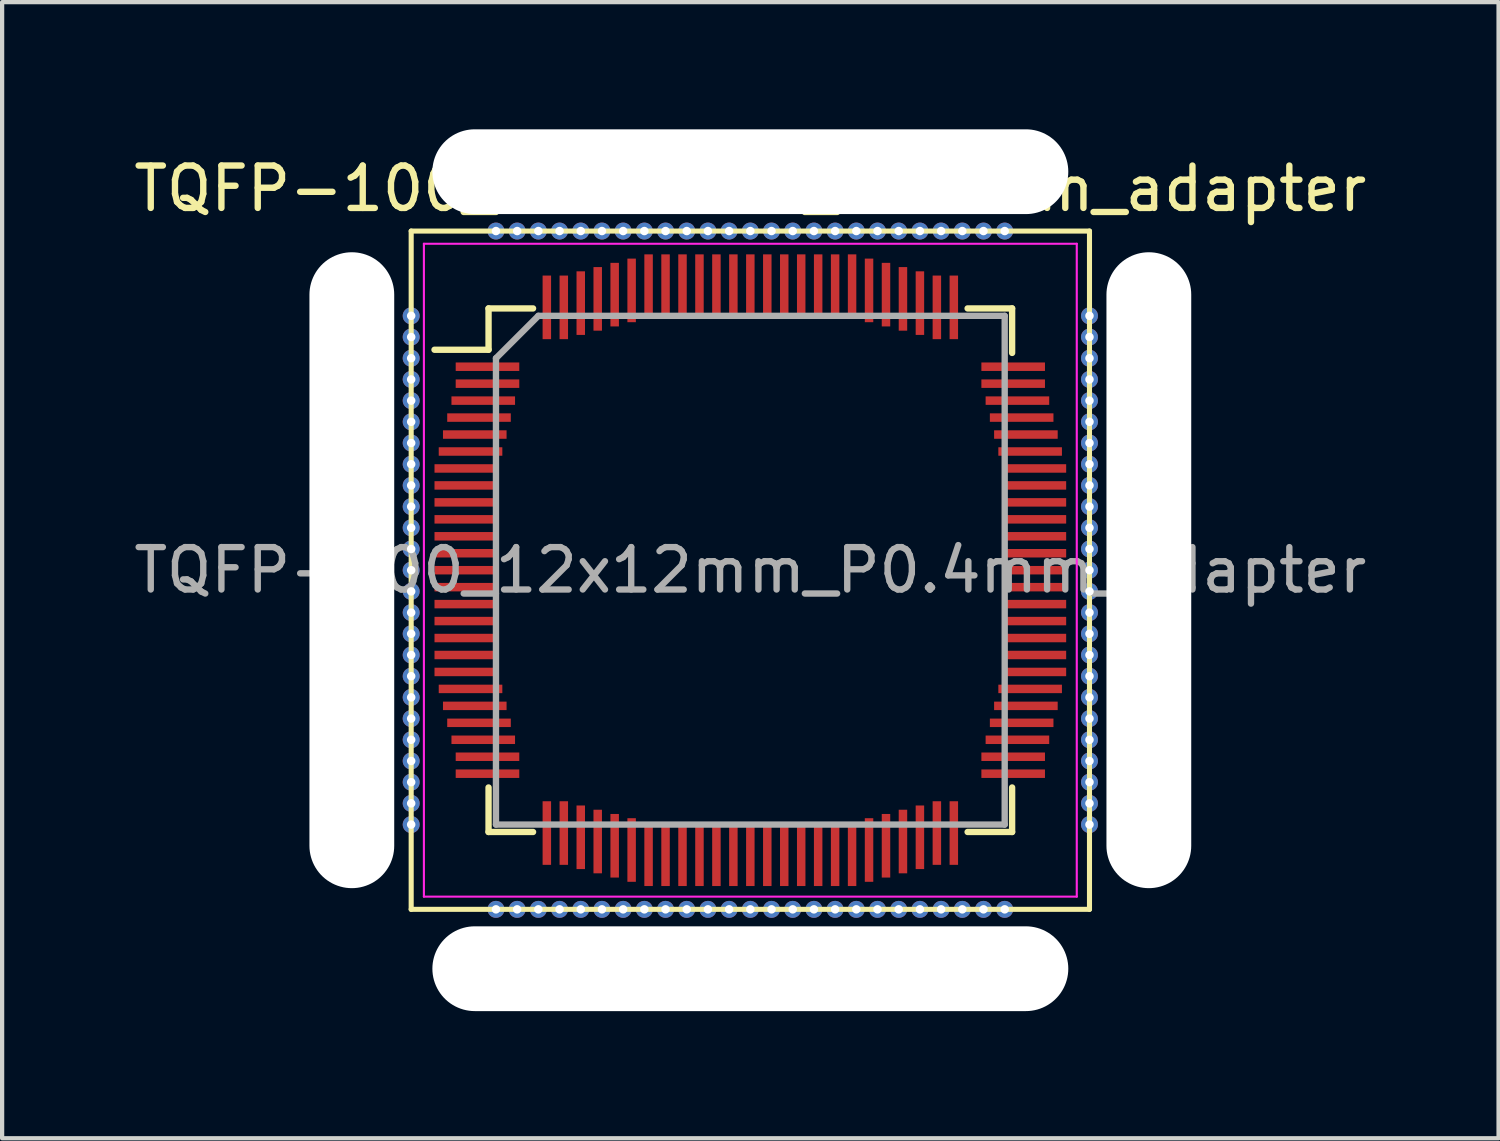
<source format=kicad_pcb>
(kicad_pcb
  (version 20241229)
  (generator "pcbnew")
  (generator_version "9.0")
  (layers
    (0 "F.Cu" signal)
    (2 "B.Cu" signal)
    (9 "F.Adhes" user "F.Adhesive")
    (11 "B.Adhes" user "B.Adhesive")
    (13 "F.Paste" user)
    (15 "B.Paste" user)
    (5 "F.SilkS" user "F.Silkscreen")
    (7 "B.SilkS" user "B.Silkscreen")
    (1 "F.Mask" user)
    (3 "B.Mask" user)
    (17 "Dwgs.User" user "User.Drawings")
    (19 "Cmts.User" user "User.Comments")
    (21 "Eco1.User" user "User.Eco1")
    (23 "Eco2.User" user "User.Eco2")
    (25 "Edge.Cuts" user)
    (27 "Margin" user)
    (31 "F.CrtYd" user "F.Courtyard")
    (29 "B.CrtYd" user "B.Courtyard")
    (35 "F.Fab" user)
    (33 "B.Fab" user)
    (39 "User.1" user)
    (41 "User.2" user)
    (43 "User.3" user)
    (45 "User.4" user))
  (footprint "TQFP-100_12x12mm_P0.4mm_adapter"
    (layer "F.Cu")
    (at 14.649 10.4)
    (property "Reference" "TQFP-100_12x12mm_P0.4mm_adapter" (at 0 -9 0) (layer "F.SilkS") (effects (font (size 1 1) (thickness 0.15))))
    (attr smd)
    (fp_line (start -8 -8) (end 8 -8) (stroke (width 0.12) (type solid)) (layer "F.SilkS"))
    (fp_line (start -8 8) (end -8 -8) (stroke (width 0.12) (type solid)) (layer "F.SilkS"))
    (fp_line (start -6.175 -6.175) (end -6.175 -5.2) (stroke (width 0.15) (type solid)) (layer "F.SilkS"))
    (fp_line (start -6.175 -6.175) (end -5.125 -6.175) (stroke (width 0.15) (type solid)) (layer "F.SilkS"))
    (fp_line (start -6.175 -5.2) (end -7.45 -5.2) (stroke (width 0.15) (type solid)) (layer "F.SilkS"))
    (fp_line (start -6.175 6.175) (end -6.175 5.125) (stroke (width 0.15) (type solid)) (layer "F.SilkS"))
    (fp_line (start -6.175 6.175) (end -5.125 6.175) (stroke (width 0.15) (type solid)) (layer "F.SilkS"))
    (fp_line (start 6.175 -6.175) (end 5.125 -6.175) (stroke (width 0.15) (type solid)) (layer "F.SilkS"))
    (fp_line (start 6.175 -6.175) (end 6.175 -5.125) (stroke (width 0.15) (type solid)) (layer "F.SilkS"))
    (fp_line (start 6.175 6.175) (end 5.125 6.175) (stroke (width 0.15) (type solid)) (layer "F.SilkS"))
    (fp_line (start 6.175 6.175) (end 6.175 5.125) (stroke (width 0.15) (type solid)) (layer "F.SilkS"))
    (fp_line (start 8 -8) (end 8 8) (stroke (width 0.12) (type solid)) (layer "F.SilkS"))
    (fp_line (start 8 8) (end -8 8) (stroke (width 0.12) (type solid)) (layer "F.SilkS"))
    (fp_line (start -7.7 -7.7) (end -7.7 7.7) (stroke (width 0.05) (type solid)) (layer "F.CrtYd"))
    (fp_line (start -7.7 -7.7) (end 7.7 -7.7) (stroke (width 0.05) (type solid)) (layer "F.CrtYd"))
    (fp_line (start -7.7 7.7) (end 7.7 7.7) (stroke (width 0.05) (type solid)) (layer "F.CrtYd"))
    (fp_line (start 7.7 -7.7) (end 7.7 7.7) (stroke (width 0.05) (type solid)) (layer "F.CrtYd"))
    (fp_line (start -6 -5) (end -5 -6) (stroke (width 0.15) (type solid)) (layer "F.Fab"))
    (fp_line (start -6 6) (end -6 -5) (stroke (width 0.15) (type solid)) (layer "F.Fab"))
    (fp_line (start -5 -6) (end 6 -6) (stroke (width 0.15) (type solid)) (layer "F.Fab"))
    (fp_line (start 6 -6) (end 6 6) (stroke (width 0.15) (type solid)) (layer "F.Fab"))
    (fp_line (start 6 6) (end -6 6) (stroke (width 0.15) (type solid)) (layer "F.Fab"))
    (fp_text user "${REFERENCE}" (at 0 0 0) (layer "F.Fab") (effects (font (size 1 1) (thickness 0.15))))
    (pad "" np_thru_hole oval (at -9.4 0 90) (size 15 2) (drill oval 15 2) (layers "*.Cu" "*.Mask"))
    (pad "" np_thru_hole oval (at 0 -9.4) (size 15 2) (drill oval 15 2) (layers "*.Cu" "*.Mask"))
    (pad "" np_thru_hole oval (at 0 9.4 180) (size 15 2) (drill oval 15 2) (layers "*.Cu" "*.Mask"))
    (pad "" np_thru_hole oval (at 9.4 0 90) (size 15 2) (drill oval 15 2) (layers "*.Cu" "*.Mask"))
    (pad "1" thru_hole circle (at -8 -6 270) (size 0.4 0.4) (drill 0.2) (layers "*.Cu" "*.Mask"))
    (pad "1" smd rect (at -6.2 -4.8) (size 1.5 0.2) (layers "F.Cu" "F.Mask" "F.Paste"))
    (pad "2" thru_hole circle (at -8 -5.5 270) (size 0.4 0.4) (drill 0.2) (layers "*.Cu" "*.Mask"))
    (pad "2" smd rect (at -6.2 -4.4) (size 1.5 0.2) (layers "F.Cu" "F.Mask" "F.Paste"))
    (pad "3" thru_hole circle (at -8 -5 270) (size 0.4 0.4) (drill 0.2) (layers "*.Cu" "*.Mask"))
    (pad "3" smd rect (at -6.3 -4) (size 1.5 0.2) (layers "F.Cu" "F.Mask" "F.Paste"))
    (pad "4" thru_hole circle (at -8 -4.5 270) (size 0.4 0.4) (drill 0.2) (layers "*.Cu" "*.Mask"))
    (pad "4" smd rect (at -6.4 -3.6) (size 1.5 0.2) (layers "F.Cu" "F.Mask" "F.Paste"))
    (pad "5" thru_hole circle (at -8 -4) (size 0.4 0.4) (drill 0.2) (layers "*.Cu" "*.Mask"))
    (pad "5" smd rect (at -6.5 -3.2) (size 1.5 0.2) (layers "F.Cu" "F.Mask" "F.Paste"))
    (pad "6" thru_hole circle (at -8 -3.5 270) (size 0.4 0.4) (drill 0.2) (layers "*.Cu" "*.Mask"))
    (pad "6" smd rect (at -6.6 -2.8) (size 1.5 0.2) (layers "F.Cu" "F.Mask" "F.Paste"))
    (pad "7" thru_hole circle (at -8 -3 270) (size 0.4 0.4) (drill 0.2) (layers "*.Cu" "*.Mask"))
    (pad "7" smd rect (at -6.7 -2.4) (size 1.5 0.2) (layers "F.Cu" "F.Mask" "F.Paste"))
    (pad "8" thru_hole circle (at -8 -2.5 270) (size 0.4 0.4) (drill 0.2) (layers "*.Cu" "*.Mask"))
    (pad "8" smd rect (at -6.7 -2) (size 1.5 0.2) (layers "F.Cu" "F.Mask" "F.Paste"))
    (pad "9" thru_hole circle (at -8 -2 270) (size 0.4 0.4) (drill 0.2) (layers "*.Cu" "*.Mask"))
    (pad "9" smd rect (at -6.7 -1.6) (size 1.5 0.2) (layers "F.Cu" "F.Mask" "F.Paste"))
    (pad "10" thru_hole circle (at -8 -1.5 270) (size 0.4 0.4) (drill 0.2) (layers "*.Cu" "*.Mask"))
    (pad "10" smd rect (at -6.7 -1.2) (size 1.5 0.2) (layers "F.Cu" "F.Mask" "F.Paste"))
    (pad "11" thru_hole circle (at -8 -1 270) (size 0.4 0.4) (drill 0.2) (layers "*.Cu" "*.Mask"))
    (pad "11" smd rect (at -6.7 -0.8) (size 1.5 0.2) (layers "F.Cu" "F.Mask" "F.Paste"))
    (pad "12" thru_hole circle (at -8 -0.5 270) (size 0.4 0.4) (drill 0.2) (layers "*.Cu" "*.Mask"))
    (pad "12" smd rect (at -6.7 -0.4) (size 1.5 0.2) (layers "F.Cu" "F.Mask" "F.Paste"))
    (pad "13" thru_hole circle (at -8 0 270) (size 0.4 0.4) (drill 0.2) (layers "*.Cu" "*.Mask"))
    (pad "13" smd rect (at -6.7 0) (size 1.5 0.2) (layers "F.Cu" "F.Mask" "F.Paste"))
    (pad "14" thru_hole circle (at -8 0.5 270) (size 0.4 0.4) (drill 0.2) (layers "*.Cu" "*.Mask"))
    (pad "14" smd rect (at -6.7 0.4) (size 1.5 0.2) (layers "F.Cu" "F.Mask" "F.Paste"))
    (pad "15" thru_hole circle (at -8 1 270) (size 0.4 0.4) (drill 0.2) (layers "*.Cu" "*.Mask"))
    (pad "15" smd rect (at -6.7 0.8) (size 1.5 0.2) (layers "F.Cu" "F.Mask" "F.Paste"))
    (pad "16" thru_hole circle (at -8 1.5 270) (size 0.4 0.4) (drill 0.2) (layers "*.Cu" "*.Mask"))
    (pad "16" smd rect (at -6.7 1.2) (size 1.5 0.2) (layers "F.Cu" "F.Mask" "F.Paste"))
    (pad "17" thru_hole circle (at -8 2 270) (size 0.4 0.4) (drill 0.2) (layers "*.Cu" "*.Mask"))
    (pad "17" smd rect (at -6.7 1.6) (size 1.5 0.2) (layers "F.Cu" "F.Mask" "F.Paste"))
    (pad "18" thru_hole circle (at -8 2.5 270) (size 0.4 0.4) (drill 0.2) (layers "*.Cu" "*.Mask"))
    (pad "18" smd rect (at -6.7 2) (size 1.5 0.2) (layers "F.Cu" "F.Mask" "F.Paste"))
    (pad "19" thru_hole circle (at -8 3 270) (size 0.4 0.4) (drill 0.2) (layers "*.Cu" "*.Mask"))
    (pad "19" smd rect (at -6.7 2.4) (size 1.5 0.2) (layers "F.Cu" "F.Mask" "F.Paste"))
    (pad "20" thru_hole circle (at -8 3.5 270) (size 0.4 0.4) (drill 0.2) (layers "*.Cu" "*.Mask"))
    (pad "20" smd rect (at -6.6 2.8) (size 1.5 0.2) (layers "F.Cu" "F.Mask" "F.Paste"))
    (pad "21" thru_hole circle (at -8 4 270) (size 0.4 0.4) (drill 0.2) (layers "*.Cu" "*.Mask"))
    (pad "21" smd rect (at -6.5 3.2) (size 1.5 0.2) (layers "F.Cu" "F.Mask" "F.Paste"))
    (pad "22" thru_hole circle (at -8 4.5 270) (size 0.4 0.4) (drill 0.2) (layers "*.Cu" "*.Mask"))
    (pad "22" smd rect (at -6.4 3.6) (size 1.5 0.2) (layers "F.Cu" "F.Mask" "F.Paste"))
    (pad "23" thru_hole circle (at -8 5 270) (size 0.4 0.4) (drill 0.2) (layers "*.Cu" "*.Mask"))
    (pad "23" smd rect (at -6.3 4) (size 1.5 0.2) (layers "F.Cu" "F.Mask" "F.Paste"))
    (pad "24" thru_hole circle (at -8 5.5 270) (size 0.4 0.4) (drill 0.2) (layers "*.Cu" "*.Mask"))
    (pad "24" smd rect (at -6.2 4.4) (size 1.5 0.2) (layers "F.Cu" "F.Mask" "F.Paste"))
    (pad "25" thru_hole circle (at -8 6 270) (size 0.4 0.4) (drill 0.2) (layers "*.Cu" "*.Mask"))
    (pad "25" smd rect (at -6.2 4.8) (size 1.5 0.2) (layers "F.Cu" "F.Mask" "F.Paste"))
    (pad "26" thru_hole circle (at -6 8 180) (size 0.4 0.4) (drill 0.2) (layers "*.Cu" "*.Mask"))
    (pad "26" smd rect (at -4.8 6.2 90) (size 1.5 0.2) (layers "F.Cu" "F.Mask" "F.Paste"))
    (pad "27" thru_hole circle (at -5.5 8 180) (size 0.4 0.4) (drill 0.2) (layers "*.Cu" "*.Mask"))
    (pad "27" smd rect (at -4.4 6.2 90) (size 1.5 0.2) (layers "F.Cu" "F.Mask" "F.Paste"))
    (pad "28" thru_hole circle (at -5 8 180) (size 0.4 0.4) (drill 0.2) (layers "*.Cu" "*.Mask"))
    (pad "28" smd rect (at -4 6.3 90) (size 1.5 0.2) (layers "F.Cu" "F.Mask" "F.Paste"))
    (pad "29" thru_hole circle (at -4.5 8 180) (size 0.4 0.4) (drill 0.2) (layers "*.Cu" "*.Mask"))
    (pad "29" smd rect (at -3.6 6.4 90) (size 1.5 0.2) (layers "F.Cu" "F.Mask" "F.Paste"))
    (pad "30" thru_hole circle (at -4 8 180) (size 0.4 0.4) (drill 0.2) (layers "*.Cu" "*.Mask"))
    (pad "30" smd rect (at -3.2 6.5 90) (size 1.5 0.2) (layers "F.Cu" "F.Mask" "F.Paste"))
    (pad "31" thru_hole circle (at -3.5 8 180) (size 0.4 0.4) (drill 0.2) (layers "*.Cu" "*.Mask"))
    (pad "31" smd rect (at -2.8 6.6 90) (size 1.5 0.2) (layers "F.Cu" "F.Mask" "F.Paste"))
    (pad "32" thru_hole circle (at -3 8 180) (size 0.4 0.4) (drill 0.2) (layers "*.Cu" "*.Mask"))
    (pad "32" smd rect (at -2.4 6.7 90) (size 1.5 0.2) (layers "F.Cu" "F.Mask" "F.Paste"))
    (pad "33" thru_hole circle (at -2.5 8 180) (size 0.4 0.4) (drill 0.2) (layers "*.Cu" "*.Mask"))
    (pad "33" smd rect (at -2 6.7 90) (size 1.5 0.2) (layers "F.Cu" "F.Mask" "F.Paste"))
    (pad "34" thru_hole circle (at -2 8 180) (size 0.4 0.4) (drill 0.2) (layers "*.Cu" "*.Mask"))
    (pad "34" smd rect (at -1.6 6.7 90) (size 1.5 0.2) (layers "F.Cu" "F.Mask" "F.Paste"))
    (pad "35" thru_hole circle (at -1.5 8 180) (size 0.4 0.4) (drill 0.2) (layers "*.Cu" "*.Mask"))
    (pad "35" smd rect (at -1.2 6.7 90) (size 1.5 0.2) (layers "F.Cu" "F.Mask" "F.Paste"))
    (pad "36" thru_hole circle (at -1 8 180) (size 0.4 0.4) (drill 0.2) (layers "*.Cu" "*.Mask"))
    (pad "36" smd rect (at -0.8 6.7 90) (size 1.5 0.2) (layers "F.Cu" "F.Mask" "F.Paste"))
    (pad "37" thru_hole circle (at -0.5 8 180) (size 0.4 0.4) (drill 0.2) (layers "*.Cu" "*.Mask"))
    (pad "37" smd rect (at -0.4 6.7 90) (size 1.5 0.2) (layers "F.Cu" "F.Mask" "F.Paste"))
    (pad "38" smd rect (at 0 6.7 90) (size 1.5 0.2) (layers "F.Cu" "F.Mask" "F.Paste"))
    (pad "38" thru_hole circle (at 0 8 180) (size 0.4 0.4) (drill 0.2) (layers "*.Cu" "*.Mask"))
    (pad "39" smd rect (at 0.4 6.7 90) (size 1.5 0.2) (layers "F.Cu" "F.Mask" "F.Paste"))
    (pad "39" thru_hole circle (at 0.5 8 180) (size 0.4 0.4) (drill 0.2) (layers "*.Cu" "*.Mask"))
    (pad "40" smd rect (at 0.8 6.7 90) (size 1.5 0.2) (layers "F.Cu" "F.Mask" "F.Paste"))
    (pad "40" thru_hole circle (at 1 8 180) (size 0.4 0.4) (drill 0.2) (layers "*.Cu" "*.Mask"))
    (pad "41" smd rect (at 1.2 6.7 90) (size 1.5 0.2) (layers "F.Cu" "F.Mask" "F.Paste"))
    (pad "41" thru_hole circle (at 1.5 8 180) (size 0.4 0.4) (drill 0.2) (layers "*.Cu" "*.Mask"))
    (pad "42" smd rect (at 1.6 6.7 90) (size 1.5 0.2) (layers "F.Cu" "F.Mask" "F.Paste"))
    (pad "42" thru_hole circle (at 2 8 180) (size 0.4 0.4) (drill 0.2) (layers "*.Cu" "*.Mask"))
    (pad "43" smd rect (at 2 6.7 90) (size 1.5 0.2) (layers "F.Cu" "F.Mask" "F.Paste"))
    (pad "43" thru_hole circle (at 2.5 8 180) (size 0.4 0.4) (drill 0.2) (layers "*.Cu" "*.Mask"))
    (pad "44" smd rect (at 2.4 6.7 90) (size 1.5 0.2) (layers "F.Cu" "F.Mask" "F.Paste"))
    (pad "44" thru_hole circle (at 3 8 180) (size 0.4 0.4) (drill 0.2) (layers "*.Cu" "*.Mask"))
    (pad "45" smd rect (at 2.8 6.6 90) (size 1.5 0.2) (layers "F.Cu" "F.Mask" "F.Paste"))
    (pad "45" thru_hole circle (at 3.5 8 180) (size 0.4 0.4) (drill 0.2) (layers "*.Cu" "*.Mask"))
    (pad "46" smd rect (at 3.2 6.5 90) (size 1.5 0.2) (layers "F.Cu" "F.Mask" "F.Paste"))
    (pad "46" thru_hole circle (at 4 8 270) (size 0.4 0.4) (drill 0.2) (layers "*.Cu" "*.Mask"))
    (pad "47" smd rect (at 3.6 6.4 90) (size 1.5 0.2) (layers "F.Cu" "F.Mask" "F.Paste"))
    (pad "47" thru_hole circle (at 4.5 8 180) (size 0.4 0.4) (drill 0.2) (layers "*.Cu" "*.Mask"))
    (pad "48" smd rect (at 4 6.3 90) (size 1.5 0.2) (layers "F.Cu" "F.Mask" "F.Paste"))
    (pad "48" thru_hole circle (at 5 8 180) (size 0.4 0.4) (drill 0.2) (layers "*.Cu" "*.Mask"))
    (pad "49" smd rect (at 4.4 6.2 90) (size 1.5 0.2) (layers "F.Cu" "F.Mask" "F.Paste"))
    (pad "49" thru_hole circle (at 5.5 8 180) (size 0.4 0.4) (drill 0.2) (layers "*.Cu" "*.Mask"))
    (pad "50" smd rect (at 4.8 6.2 90) (size 1.5 0.2) (layers "F.Cu" "F.Mask" "F.Paste"))
    (pad "50" thru_hole circle (at 6 8 180) (size 0.4 0.4) (drill 0.2) (layers "*.Cu" "*.Mask"))
    (pad "51" smd rect (at 6.2 4.8) (size 1.5 0.2) (layers "F.Cu" "F.Mask" "F.Paste"))
    (pad "51" thru_hole circle (at 8 6 90) (size 0.4 0.4) (drill 0.2) (layers "*.Cu" "*.Mask"))
    (pad "52" smd rect (at 6.2 4.4) (size 1.5 0.2) (layers "F.Cu" "F.Mask" "F.Paste"))
    (pad "52" thru_hole circle (at 8 5.5 90) (size 0.4 0.4) (drill 0.2) (layers "*.Cu" "*.Mask"))
    (pad "53" smd rect (at 6.3 4) (size 1.5 0.2) (layers "F.Cu" "F.Mask" "F.Paste"))
    (pad "53" thru_hole circle (at 8 5 90) (size 0.4 0.4) (drill 0.2) (layers "*.Cu" "*.Mask"))
    (pad "54" smd rect (at 6.4 3.6) (size 1.5 0.2) (layers "F.Cu" "F.Mask" "F.Paste"))
    (pad "54" thru_hole circle (at 8 4.5 90) (size 0.4 0.4) (drill 0.2) (layers "*.Cu" "*.Mask"))
    (pad "55" smd rect (at 6.5 3.2) (size 1.5 0.2) (layers "F.Cu" "F.Mask" "F.Paste"))
    (pad "55" thru_hole circle (at 8 4 180) (size 0.4 0.4) (drill 0.2) (layers "*.Cu" "*.Mask"))
    (pad "56" smd rect (at 6.6 2.8) (size 1.5 0.2) (layers "F.Cu" "F.Mask" "F.Paste"))
    (pad "56" thru_hole circle (at 8 3.5 90) (size 0.4 0.4) (drill 0.2) (layers "*.Cu" "*.Mask"))
    (pad "57" smd rect (at 6.7 2.4) (size 1.5 0.2) (layers "F.Cu" "F.Mask" "F.Paste"))
    (pad "57" thru_hole circle (at 8 3 90) (size 0.4 0.4) (drill 0.2) (layers "*.Cu" "*.Mask"))
    (pad "58" smd rect (at 6.7 2) (size 1.5 0.2) (layers "F.Cu" "F.Mask" "F.Paste"))
    (pad "58" thru_hole circle (at 8 2.5 90) (size 0.4 0.4) (drill 0.2) (layers "*.Cu" "*.Mask"))
    (pad "59" smd rect (at 6.7 1.6) (size 1.5 0.2) (layers "F.Cu" "F.Mask" "F.Paste"))
    (pad "59" thru_hole circle (at 8 2 90) (size 0.4 0.4) (drill 0.2) (layers "*.Cu" "*.Mask"))
    (pad "60" smd rect (at 6.7 1.2) (size 1.5 0.2) (layers "F.Cu" "F.Mask" "F.Paste"))
    (pad "60" thru_hole circle (at 8 1.5 90) (size 0.4 0.4) (drill 0.2) (layers "*.Cu" "*.Mask"))
    (pad "61" smd rect (at 6.7 0.8) (size 1.5 0.2) (layers "F.Cu" "F.Mask" "F.Paste"))
    (pad "61" thru_hole circle (at 8 1 90) (size 0.4 0.4) (drill 0.2) (layers "*.Cu" "*.Mask"))
    (pad "62" smd rect (at 6.7 0.4) (size 1.5 0.2) (layers "F.Cu" "F.Mask" "F.Paste"))
    (pad "62" thru_hole circle (at 8 0.5 90) (size 0.4 0.4) (drill 0.2) (layers "*.Cu" "*.Mask"))
    (pad "63" smd rect (at 6.7 0) (size 1.5 0.2) (layers "F.Cu" "F.Mask" "F.Paste"))
    (pad "63" thru_hole circle (at 8 0 90) (size 0.4 0.4) (drill 0.2) (layers "*.Cu" "*.Mask"))
    (pad "64" smd rect (at 6.7 -0.4) (size 1.5 0.2) (layers "F.Cu" "F.Mask" "F.Paste"))
    (pad "64" thru_hole circle (at 8 -0.5 90) (size 0.4 0.4) (drill 0.2) (layers "*.Cu" "*.Mask"))
    (pad "65" smd rect (at 6.7 -0.8) (size 1.5 0.2) (layers "F.Cu" "F.Mask" "F.Paste"))
    (pad "65" thru_hole circle (at 8 -1 90) (size 0.4 0.4) (drill 0.2) (layers "*.Cu" "*.Mask"))
    (pad "66" smd rect (at 6.7 -1.2) (size 1.5 0.2) (layers "F.Cu" "F.Mask" "F.Paste"))
    (pad "66" thru_hole circle (at 8 -1.5 90) (size 0.4 0.4) (drill 0.2) (layers "*.Cu" "*.Mask"))
    (pad "67" smd rect (at 6.7 -1.6) (size 1.5 0.2) (layers "F.Cu" "F.Mask" "F.Paste"))
    (pad "67" thru_hole circle (at 8 -2 90) (size 0.4 0.4) (drill 0.2) (layers "*.Cu" "*.Mask"))
    (pad "68" smd rect (at 6.7 -2) (size 1.5 0.2) (layers "F.Cu" "F.Mask" "F.Paste"))
    (pad "68" thru_hole circle (at 8 -2.5 90) (size 0.4 0.4) (drill 0.2) (layers "*.Cu" "*.Mask"))
    (pad "69" smd rect (at 6.7 -2.4) (size 1.5 0.2) (layers "F.Cu" "F.Mask" "F.Paste"))
    (pad "69" thru_hole circle (at 8 -3 90) (size 0.4 0.4) (drill 0.2) (layers "*.Cu" "*.Mask"))
    (pad "70" smd rect (at 6.6 -2.8) (size 1.5 0.2) (layers "F.Cu" "F.Mask" "F.Paste"))
    (pad "70" thru_hole circle (at 8 -3.5 90) (size 0.4 0.4) (drill 0.2) (layers "*.Cu" "*.Mask"))
    (pad "71" smd rect (at 6.5 -3.2) (size 1.5 0.2) (layers "F.Cu" "F.Mask" "F.Paste"))
    (pad "71" thru_hole circle (at 8 -4 90) (size 0.4 0.4) (drill 0.2) (layers "*.Cu" "*.Mask"))
    (pad "72" smd rect (at 6.4 -3.6) (size 1.5 0.2) (layers "F.Cu" "F.Mask" "F.Paste"))
    (pad "72" thru_hole circle (at 8 -4.5 90) (size 0.4 0.4) (drill 0.2) (layers "*.Cu" "*.Mask"))
    (pad "73" smd rect (at 6.3 -4) (size 1.5 0.2) (layers "F.Cu" "F.Mask" "F.Paste"))
    (pad "73" thru_hole circle (at 8 -5 90) (size 0.4 0.4) (drill 0.2) (layers "*.Cu" "*.Mask"))
    (pad "74" smd rect (at 6.2 -4.4) (size 1.5 0.2) (layers "F.Cu" "F.Mask" "F.Paste"))
    (pad "74" thru_hole circle (at 8 -5.5 90) (size 0.4 0.4) (drill 0.2) (layers "*.Cu" "*.Mask"))
    (pad "75" smd rect (at 6.2 -4.8) (size 1.5 0.2) (layers "F.Cu" "F.Mask" "F.Paste"))
    (pad "75" thru_hole circle (at 8 -6 90) (size 0.4 0.4) (drill 0.2) (layers "*.Cu" "*.Mask"))
    (pad "76" smd rect (at 4.8 -6.2 90) (size 1.5 0.2) (layers "F.Cu" "F.Mask" "F.Paste"))
    (pad "76" thru_hole circle (at 6 -8) (size 0.4 0.4) (drill 0.2) (layers "*.Cu" "*.Mask"))
    (pad "77" smd rect (at 4.4 -6.2 90) (size 1.5 0.2) (layers "F.Cu" "F.Mask" "F.Paste"))
    (pad "77" thru_hole circle (at 5.5 -8) (size 0.4 0.4) (drill 0.2) (layers "*.Cu" "*.Mask"))
    (pad "78" smd rect (at 4 -6.3 90) (size 1.5 0.2) (layers "F.Cu" "F.Mask" "F.Paste"))
    (pad "78" thru_hole circle (at 5 -8) (size 0.4 0.4) (drill 0.2) (layers "*.Cu" "*.Mask"))
    (pad "79" smd rect (at 3.6 -6.4 90) (size 1.5 0.2) (layers "F.Cu" "F.Mask" "F.Paste"))
    (pad "79" thru_hole circle (at 4.5 -8) (size 0.4 0.4) (drill 0.2) (layers "*.Cu" "*.Mask"))
    (pad "80" smd rect (at 3.2 -6.5 90) (size 1.5 0.2) (layers "F.Cu" "F.Mask" "F.Paste"))
    (pad "80" thru_hole circle (at 4 -8) (size 0.4 0.4) (drill 0.2) (layers "*.Cu" "*.Mask"))
    (pad "81" smd rect (at 2.8 -6.6 90) (size 1.5 0.2) (layers "F.Cu" "F.Mask" "F.Paste"))
    (pad "81" thru_hole circle (at 3.5 -8) (size 0.4 0.4) (drill 0.2) (layers "*.Cu" "*.Mask"))
    (pad "82" smd rect (at 2.4 -6.7 90) (size 1.5 0.2) (layers "F.Cu" "F.Mask" "F.Paste"))
    (pad "82" thru_hole circle (at 3 -8) (size 0.4 0.4) (drill 0.2) (layers "*.Cu" "*.Mask"))
    (pad "83" smd rect (at 2 -6.7 90) (size 1.5 0.2) (layers "F.Cu" "F.Mask" "F.Paste"))
    (pad "83" thru_hole circle (at 2.5 -8) (size 0.4 0.4) (drill 0.2) (layers "*.Cu" "*.Mask"))
    (pad "84" smd rect (at 1.6 -6.7 90) (size 1.5 0.2) (layers "F.Cu" "F.Mask" "F.Paste"))
    (pad "84" thru_hole circle (at 2 -8) (size 0.4 0.4) (drill 0.2) (layers "*.Cu" "*.Mask"))
    (pad "85" smd rect (at 1.2 -6.7 90) (size 1.5 0.2) (layers "F.Cu" "F.Mask" "F.Paste"))
    (pad "85" thru_hole circle (at 1.5 -8) (size 0.4 0.4) (drill 0.2) (layers "*.Cu" "*.Mask"))
    (pad "86" smd rect (at 0.8 -6.7 90) (size 1.5 0.2) (layers "F.Cu" "F.Mask" "F.Paste"))
    (pad "86" thru_hole circle (at 1 -8) (size 0.4 0.4) (drill 0.2) (layers "*.Cu" "*.Mask"))
    (pad "87" smd rect (at 0.4 -6.7 90) (size 1.5 0.2) (layers "F.Cu" "F.Mask" "F.Paste"))
    (pad "87" thru_hole circle (at 0.5 -8) (size 0.4 0.4) (drill 0.2) (layers "*.Cu" "*.Mask"))
    (pad "88" thru_hole circle (at 0 -8) (size 0.4 0.4) (drill 0.2) (layers "*.Cu" "*.Mask"))
    (pad "88" smd rect (at 0 -6.7 90) (size 1.5 0.2) (layers "F.Cu" "F.Mask" "F.Paste"))
    (pad "89" thru_hole circle (at -0.5 -8) (size 0.4 0.4) (drill 0.2) (layers "*.Cu" "*.Mask"))
    (pad "89" smd rect (at -0.4 -6.7 90) (size 1.5 0.2) (layers "F.Cu" "F.Mask" "F.Paste"))
    (pad "90" thru_hole circle (at -1 -8) (size 0.4 0.4) (drill 0.2) (layers "*.Cu" "*.Mask"))
    (pad "90" smd rect (at -0.8 -6.7 90) (size 1.5 0.2) (layers "F.Cu" "F.Mask" "F.Paste"))
    (pad "91" thru_hole circle (at -1.5 -8) (size 0.4 0.4) (drill 0.2) (layers "*.Cu" "*.Mask"))
    (pad "91" smd rect (at -1.2 -6.7 90) (size 1.5 0.2) (layers "F.Cu" "F.Mask" "F.Paste"))
    (pad "92" thru_hole circle (at -2 -8) (size 0.4 0.4) (drill 0.2) (layers "*.Cu" "*.Mask"))
    (pad "92" smd rect (at -1.6 -6.7 90) (size 1.5 0.2) (layers "F.Cu" "F.Mask" "F.Paste"))
    (pad "93" thru_hole circle (at -2.5 -8) (size 0.4 0.4) (drill 0.2) (layers "*.Cu" "*.Mask"))
    (pad "93" smd rect (at -2 -6.7 90) (size 1.5 0.2) (layers "F.Cu" "F.Mask" "F.Paste"))
    (pad "94" thru_hole circle (at -3 -8) (size 0.4 0.4) (drill 0.2) (layers "*.Cu" "*.Mask"))
    (pad "94" smd rect (at -2.4 -6.7 90) (size 1.5 0.2) (layers "F.Cu" "F.Mask" "F.Paste"))
    (pad "95" thru_hole circle (at -3.5 -8) (size 0.4 0.4) (drill 0.2) (layers "*.Cu" "*.Mask"))
    (pad "95" smd rect (at -2.8 -6.6 90) (size 1.5 0.2) (layers "F.Cu" "F.Mask" "F.Paste"))
    (pad "96" thru_hole circle (at -4 -8 90) (size 0.4 0.4) (drill 0.2) (layers "*.Cu" "*.Mask"))
    (pad "96" smd rect (at -3.2 -6.5 90) (size 1.5 0.2) (layers "F.Cu" "F.Mask" "F.Paste"))
    (pad "97" thru_hole circle (at -4.5 -8) (size 0.4 0.4) (drill 0.2) (layers "*.Cu" "*.Mask"))
    (pad "97" smd rect (at -3.6 -6.4 90) (size 1.5 0.2) (layers "F.Cu" "F.Mask" "F.Paste"))
    (pad "98" thru_hole circle (at -5 -8) (size 0.4 0.4) (drill 0.2) (layers "*.Cu" "*.Mask"))
    (pad "98" smd rect (at -4 -6.3 90) (size 1.5 0.2) (layers "F.Cu" "F.Mask" "F.Paste"))
    (pad "99" thru_hole circle (at -5.5 -8) (size 0.4 0.4) (drill 0.2) (layers "*.Cu" "*.Mask"))
    (pad "99" smd rect (at -4.4 -6.2 90) (size 1.5 0.2) (layers "F.Cu" "F.Mask" "F.Paste"))
    (pad "100" thru_hole circle (at -6 -8) (size 0.4 0.4) (drill 0.2) (layers "*.Cu" "*.Mask"))
    (pad "100" smd rect (at -4.8 -6.2 90) (size 1.5 0.2) (layers "F.Cu" "F.Mask" "F.Paste")))
  (gr_rect
    (start -3 -3)
    (end 32.298 23.8)
    (stroke (width 0.1) (type default))
    (fill no)
    (layer "Edge.Cuts")))
</source>
